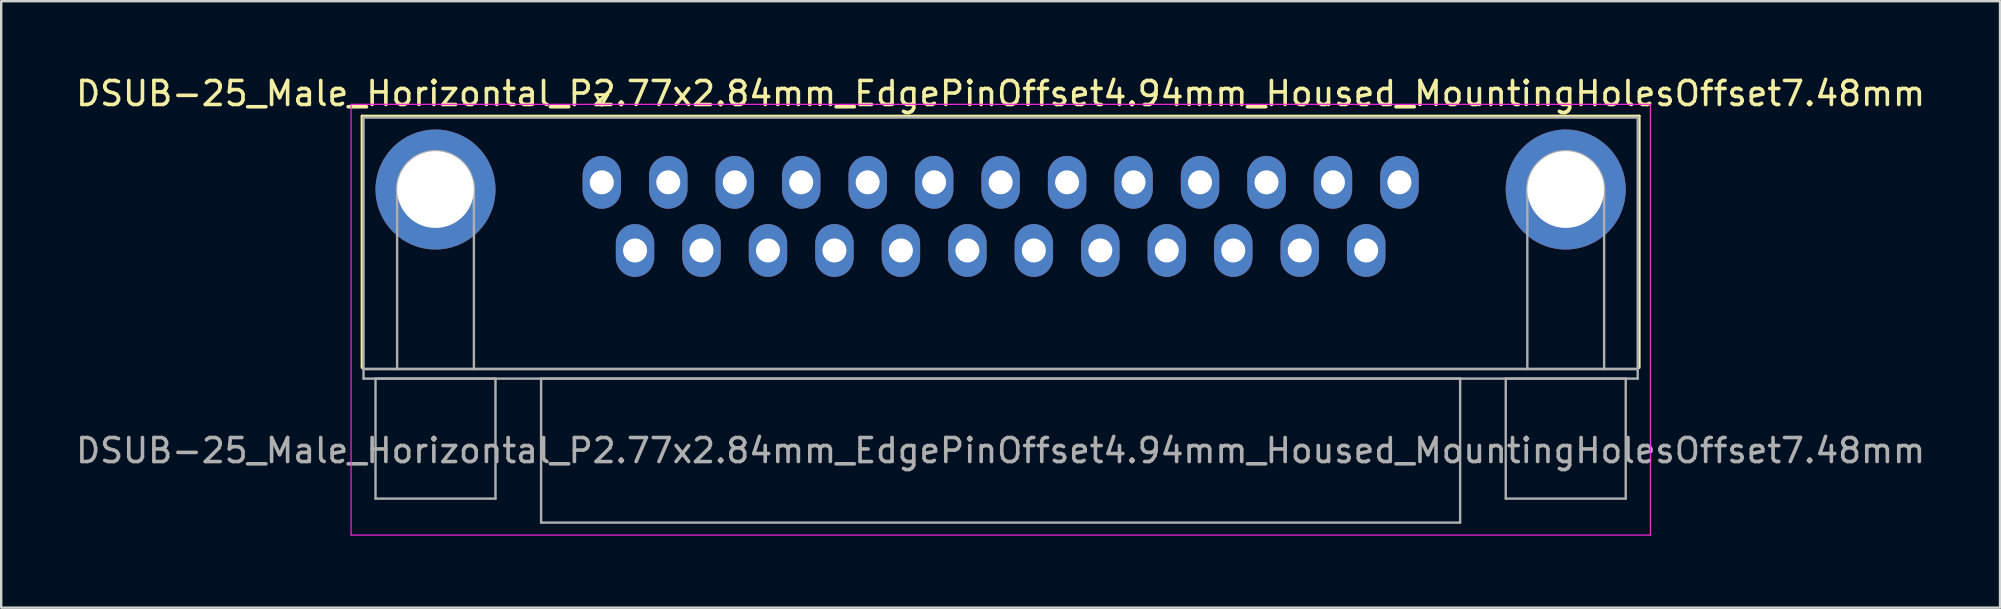
<source format=kicad_pcb>
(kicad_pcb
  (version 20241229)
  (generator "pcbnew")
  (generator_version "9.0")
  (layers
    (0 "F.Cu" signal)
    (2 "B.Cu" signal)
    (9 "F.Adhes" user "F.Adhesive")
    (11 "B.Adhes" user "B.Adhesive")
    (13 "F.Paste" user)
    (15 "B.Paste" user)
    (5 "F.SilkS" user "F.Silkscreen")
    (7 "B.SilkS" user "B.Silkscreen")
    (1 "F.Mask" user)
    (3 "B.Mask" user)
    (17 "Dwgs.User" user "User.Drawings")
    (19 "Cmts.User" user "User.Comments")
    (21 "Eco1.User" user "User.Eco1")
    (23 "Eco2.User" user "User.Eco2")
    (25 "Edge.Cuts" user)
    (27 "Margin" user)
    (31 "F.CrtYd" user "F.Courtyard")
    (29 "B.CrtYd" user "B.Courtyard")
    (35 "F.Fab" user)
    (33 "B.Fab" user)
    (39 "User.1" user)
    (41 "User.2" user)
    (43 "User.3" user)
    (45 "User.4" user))
  (footprint "DSUB-25_Male_Horizontal_P2.77x2.84mm_EdgePinOffset4.94mm_Housed_MountingHolesOffset7.48mm"
    (layer "F.Cu")
    (at 22.029 4.548)
    (property "Reference" "DSUB-25_Male_Horizontal_P2.77x2.84mm_EdgePinOffset4.94mm_Housed_MountingHolesOffset7.48mm" (at 16.62 -3.7 0) (layer "F.SilkS") (effects (font (size 1 1) (thickness 0.15))))
    (attr through_hole)
    (fp_line (start -9.99 -2.76) (end 43.23 -2.76) (stroke (width 0.12) (type solid)) (layer "F.SilkS"))
    (fp_line (start -9.99 7.72) (end -9.99 -2.76) (stroke (width 0.12) (type solid)) (layer "F.SilkS"))
    (fp_line (start -0.25 -3.654) (end 0.25 -3.654) (stroke (width 0.12) (type solid)) (layer "F.SilkS"))
    (fp_line (start 0 -3.221) (end -0.25 -3.654) (stroke (width 0.12) (type solid)) (layer "F.SilkS"))
    (fp_line (start 0.25 -3.654) (end 0 -3.221) (stroke (width 0.12) (type solid)) (layer "F.SilkS"))
    (fp_line (start 43.23 -2.76) (end 43.23 7.72) (stroke (width 0.12) (type solid)) (layer "F.SilkS"))
    (fp_line (start -10.45 -3.25) (end -10.45 14.7) (stroke (width 0.05) (type solid)) (layer "F.CrtYd"))
    (fp_line (start -10.45 14.7) (end 43.7 14.7) (stroke (width 0.05) (type solid)) (layer "F.CrtYd"))
    (fp_line (start 43.7 -3.25) (end -10.45 -3.25) (stroke (width 0.05) (type solid)) (layer "F.CrtYd"))
    (fp_line (start 43.7 14.7) (end 43.7 -3.25) (stroke (width 0.05) (type solid)) (layer "F.CrtYd"))
    (fp_line (start -9.93 -2.7) (end -9.93 7.78) (stroke (width 0.1) (type solid)) (layer "F.Fab"))
    (fp_line (start -9.93 7.78) (end -9.93 8.18) (stroke (width 0.1) (type solid)) (layer "F.Fab"))
    (fp_line (start -9.93 7.78) (end 43.17 7.78) (stroke (width 0.1) (type solid)) (layer "F.Fab"))
    (fp_line (start -9.93 8.18) (end 43.17 8.18) (stroke (width 0.1) (type solid)) (layer "F.Fab"))
    (fp_line (start -9.43 8.18) (end -9.43 13.18) (stroke (width 0.1) (type solid)) (layer "F.Fab"))
    (fp_line (start -9.43 13.18) (end -4.43 13.18) (stroke (width 0.1) (type solid)) (layer "F.Fab"))
    (fp_line (start -8.53 7.78) (end -8.53 0.3) (stroke (width 0.1) (type solid)) (layer "F.Fab"))
    (fp_line (start -5.33 7.78) (end -5.33 0.3) (stroke (width 0.1) (type solid)) (layer "F.Fab"))
    (fp_line (start -4.43 8.18) (end -9.43 8.18) (stroke (width 0.1) (type solid)) (layer "F.Fab"))
    (fp_line (start -4.43 13.18) (end -4.43 8.18) (stroke (width 0.1) (type solid)) (layer "F.Fab"))
    (fp_line (start -2.53 8.18) (end -2.53 14.18) (stroke (width 0.1) (type solid)) (layer "F.Fab"))
    (fp_line (start -2.53 14.18) (end 35.77 14.18) (stroke (width 0.1) (type solid)) (layer "F.Fab"))
    (fp_line (start 35.77 8.18) (end -2.53 8.18) (stroke (width 0.1) (type solid)) (layer "F.Fab"))
    (fp_line (start 35.77 14.18) (end 35.77 8.18) (stroke (width 0.1) (type solid)) (layer "F.Fab"))
    (fp_line (start 37.67 8.18) (end 37.67 13.18) (stroke (width 0.1) (type solid)) (layer "F.Fab"))
    (fp_line (start 37.67 13.18) (end 42.67 13.18) (stroke (width 0.1) (type solid)) (layer "F.Fab"))
    (fp_line (start 38.57 7.78) (end 38.57 0.3) (stroke (width 0.1) (type solid)) (layer "F.Fab"))
    (fp_line (start 41.77 7.78) (end 41.77 0.3) (stroke (width 0.1) (type solid)) (layer "F.Fab"))
    (fp_line (start 42.67 8.18) (end 37.67 8.18) (stroke (width 0.1) (type solid)) (layer "F.Fab"))
    (fp_line (start 42.67 13.18) (end 42.67 8.18) (stroke (width 0.1) (type solid)) (layer "F.Fab"))
    (fp_line (start 43.17 -2.7) (end -9.93 -2.7) (stroke (width 0.1) (type solid)) (layer "F.Fab"))
    (fp_line (start 43.17 7.78) (end -9.93 7.78) (stroke (width 0.1) (type solid)) (layer "F.Fab"))
    (fp_line (start 43.17 7.78) (end 43.17 -2.7) (stroke (width 0.1) (type solid)) (layer "F.Fab"))
    (fp_line (start 43.17 8.18) (end 43.17 7.78) (stroke (width 0.1) (type solid)) (layer "F.Fab"))
    (fp_arc (start -8.53 0.3) (mid -6.93 -1.3) (end -5.33 0.3) (stroke (width 0.1) (type solid)) (layer "F.Fab"))
    (fp_arc (start 38.57 0.3) (mid 40.17 -1.3) (end 41.77 0.3) (stroke (width 0.1) (type solid)) (layer "F.Fab"))
    (fp_text user "${REFERENCE}" (at 16.62 11.18 0) (layer "F.Fab") (effects (font (size 1 1) (thickness 0.15))))
    (pad "0" thru_hole circle (at -6.93 0.3) (size 5 5) (drill 3.2) (layers "*.Cu" "*.Mask"))
    (pad "0" thru_hole circle (at 40.17 0.3) (size 5 5) (drill 3.2) (layers "*.Cu" "*.Mask"))
    (pad "1" thru_hole oval (at 0 0) (size 1.6 2.2) (drill 1) (layers "*.Cu" "*.Mask"))
    (pad "2" thru_hole oval (at 2.77 0) (size 1.6 2.2) (drill 1) (layers "*.Cu" "*.Mask"))
    (pad "3" thru_hole oval (at 5.54 0) (size 1.6 2.2) (drill 1) (layers "*.Cu" "*.Mask"))
    (pad "4" thru_hole oval (at 8.31 0) (size 1.6 2.2) (drill 1) (layers "*.Cu" "*.Mask"))
    (pad "5" thru_hole oval (at 11.08 0) (size 1.6 2.2) (drill 1) (layers "*.Cu" "*.Mask"))
    (pad "6" thru_hole oval (at 13.85 0) (size 1.6 2.2) (drill 1) (layers "*.Cu" "*.Mask"))
    (pad "7" thru_hole oval (at 16.62 0) (size 1.6 2.2) (drill 1) (layers "*.Cu" "*.Mask"))
    (pad "8" thru_hole oval (at 19.39 0) (size 1.6 2.2) (drill 1) (layers "*.Cu" "*.Mask"))
    (pad "9" thru_hole oval (at 22.16 0) (size 1.6 2.2) (drill 1) (layers "*.Cu" "*.Mask"))
    (pad "10" thru_hole oval (at 24.93 0) (size 1.6 2.2) (drill 1) (layers "*.Cu" "*.Mask"))
    (pad "11" thru_hole oval (at 27.7 0) (size 1.6 2.2) (drill 1) (layers "*.Cu" "*.Mask"))
    (pad "12" thru_hole oval (at 30.47 0) (size 1.6 2.2) (drill 1) (layers "*.Cu" "*.Mask"))
    (pad "13" thru_hole oval (at 33.24 0) (size 1.6 2.2) (drill 1) (layers "*.Cu" "*.Mask"))
    (pad "14" thru_hole oval (at 1.385 2.84) (size 1.6 2.2) (drill 1) (layers "*.Cu" "*.Mask"))
    (pad "15" thru_hole oval (at 4.155 2.84) (size 1.6 2.2) (drill 1) (layers "*.Cu" "*.Mask"))
    (pad "16" thru_hole oval (at 6.925 2.84) (size 1.6 2.2) (drill 1) (layers "*.Cu" "*.Mask"))
    (pad "17" thru_hole oval (at 9.695 2.84) (size 1.6 2.2) (drill 1) (layers "*.Cu" "*.Mask"))
    (pad "18" thru_hole oval (at 12.465 2.84) (size 1.6 2.2) (drill 1) (layers "*.Cu" "*.Mask"))
    (pad "19" thru_hole oval (at 15.235 2.84) (size 1.6 2.2) (drill 1) (layers "*.Cu" "*.Mask"))
    (pad "20" thru_hole oval (at 18.005 2.84) (size 1.6 2.2) (drill 1) (layers "*.Cu" "*.Mask"))
    (pad "21" thru_hole oval (at 20.775 2.84) (size 1.6 2.2) (drill 1) (layers "*.Cu" "*.Mask"))
    (pad "22" thru_hole oval (at 23.545 2.84) (size 1.6 2.2) (drill 1) (layers "*.Cu" "*.Mask"))
    (pad "23" thru_hole oval (at 26.315 2.84) (size 1.6 2.2) (drill 1) (layers "*.Cu" "*.Mask"))
    (pad "24" thru_hole oval (at 29.085 2.84) (size 1.6 2.2) (drill 1) (layers "*.Cu" "*.Mask"))
    (pad "25" thru_hole oval (at 31.855 2.84) (size 1.6 2.2) (drill 1) (layers "*.Cu" "*.Mask")))
  (gr_rect
    (start -3 -3)
    (end 80.298 22.273)
    (stroke (width 0.1) (type default))
    (fill no)
    (layer "Edge.Cuts")))
</source>
